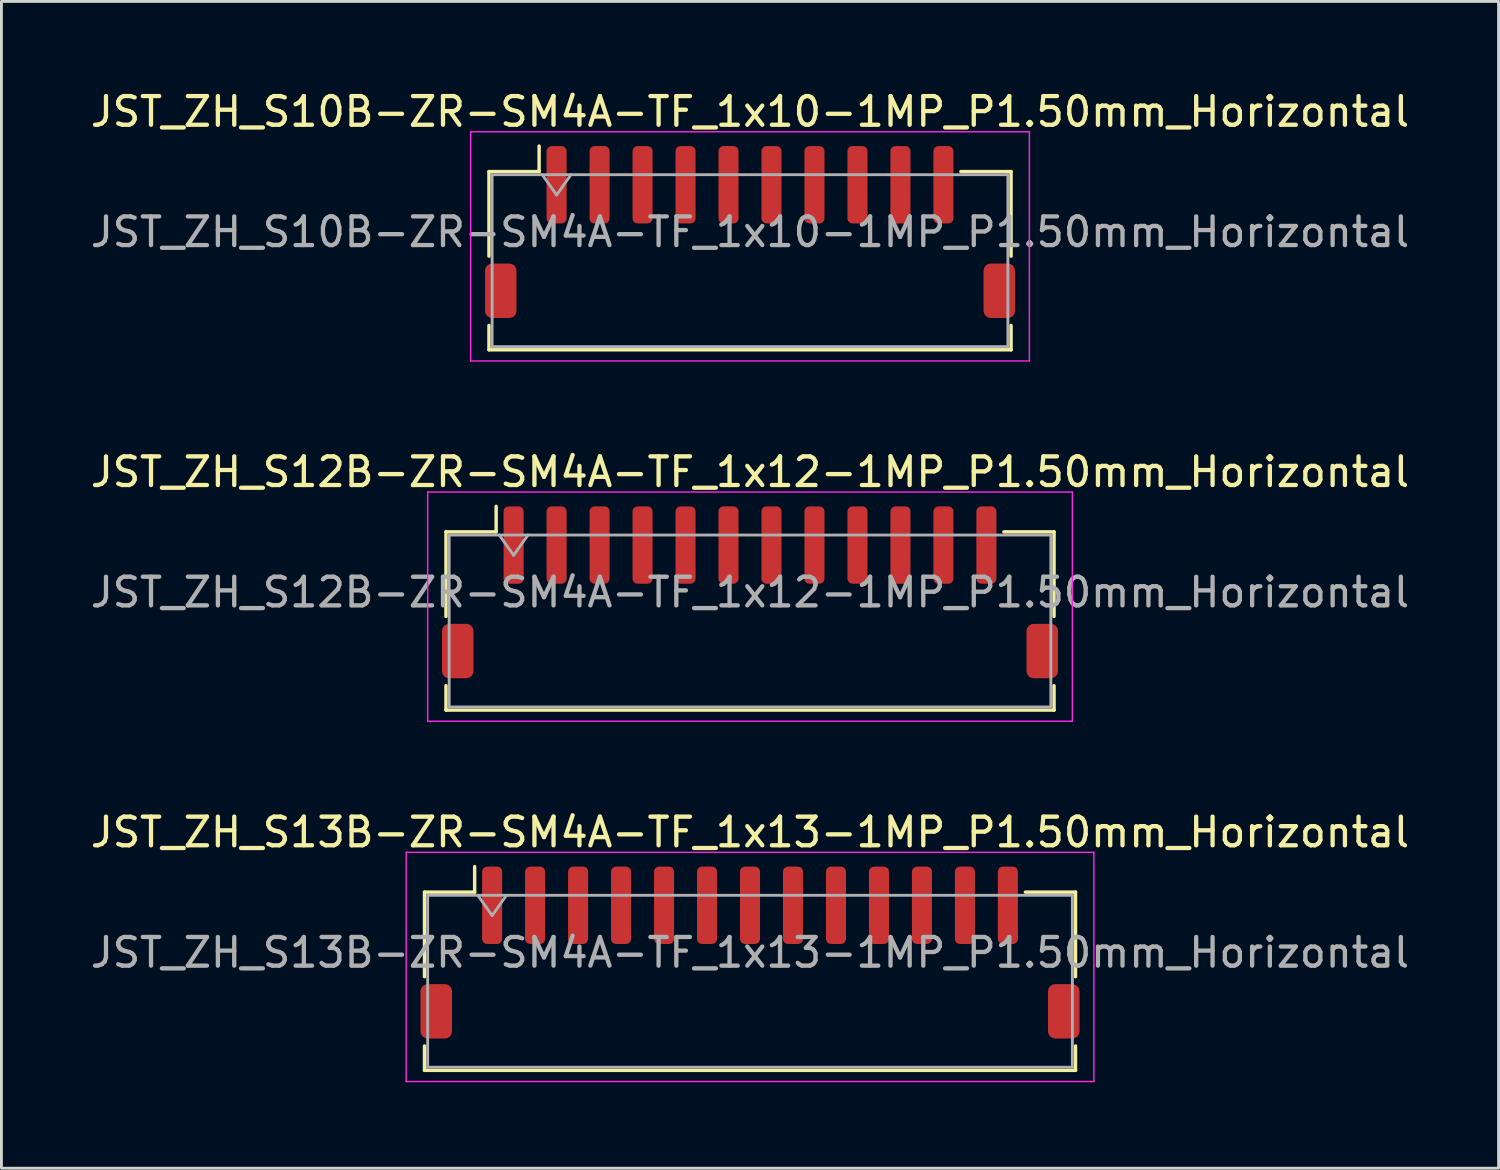
<source format=kicad_pcb>
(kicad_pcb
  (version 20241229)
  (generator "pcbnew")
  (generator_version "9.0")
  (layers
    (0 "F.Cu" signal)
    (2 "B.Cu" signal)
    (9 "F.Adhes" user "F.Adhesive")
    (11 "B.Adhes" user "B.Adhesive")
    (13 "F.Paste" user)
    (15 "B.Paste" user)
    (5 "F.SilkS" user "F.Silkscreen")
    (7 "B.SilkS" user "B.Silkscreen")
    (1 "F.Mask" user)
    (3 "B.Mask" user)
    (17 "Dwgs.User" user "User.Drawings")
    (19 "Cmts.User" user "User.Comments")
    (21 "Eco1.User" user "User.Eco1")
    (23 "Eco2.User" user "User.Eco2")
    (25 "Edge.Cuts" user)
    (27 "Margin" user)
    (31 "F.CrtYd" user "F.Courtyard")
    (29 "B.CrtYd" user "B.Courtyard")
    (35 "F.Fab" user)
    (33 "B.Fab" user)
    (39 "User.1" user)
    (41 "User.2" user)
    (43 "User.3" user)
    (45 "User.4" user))
  (footprint "JST_ZH_S10B-ZR-SM4A-TF_1x10-1MP_P1.50mm_Horizontal"
    (layer "F.Cu")
    (at 23.125 5.048)
    (property "Reference" "JST_ZH_S10B-ZR-SM4A-TF_1x10-1MP_P1.50mm_Horizontal" (at 0 -4.2 0) (layer "F.SilkS") (effects (font (size 1 1) (thickness 0.15))))
    (attr smd)
    (fp_line (start -9.11 -2.11) (end -7.36 -2.11) (stroke (width 0.12) (type solid)) (layer "F.SilkS"))
    (fp_line (start -9.11 0.84) (end -9.11 -2.11) (stroke (width 0.12) (type solid)) (layer "F.SilkS"))
    (fp_line (start -9.11 3.26) (end -9.11 4.11) (stroke (width 0.12) (type solid)) (layer "F.SilkS"))
    (fp_line (start -9.11 4.11) (end 9.11 4.11) (stroke (width 0.12) (type solid)) (layer "F.SilkS"))
    (fp_line (start -7.36 -2.11) (end -7.36 -3) (stroke (width 0.12) (type solid)) (layer "F.SilkS"))
    (fp_line (start 9.11 -2.11) (end 7.36 -2.11) (stroke (width 0.12) (type solid)) (layer "F.SilkS"))
    (fp_line (start 9.11 0.84) (end 9.11 -2.11) (stroke (width 0.12) (type solid)) (layer "F.SilkS"))
    (fp_line (start 9.11 4.11) (end 9.11 3.26) (stroke (width 0.12) (type solid)) (layer "F.SilkS"))
    (fp_line (start -9.75 -3.5) (end -9.75 4.5) (stroke (width 0.05) (type solid)) (layer "F.CrtYd"))
    (fp_line (start -9.75 4.5) (end 9.75 4.5) (stroke (width 0.05) (type solid)) (layer "F.CrtYd"))
    (fp_line (start 9.75 -3.5) (end -9.75 -3.5) (stroke (width 0.05) (type solid)) (layer "F.CrtYd"))
    (fp_line (start 9.75 4.5) (end 9.75 -3.5) (stroke (width 0.05) (type solid)) (layer "F.CrtYd"))
    (fp_line (start -9 -2) (end -9 4) (stroke (width 0.1) (type solid)) (layer "F.Fab"))
    (fp_line (start -9 -2) (end 9 -2) (stroke (width 0.1) (type solid)) (layer "F.Fab"))
    (fp_line (start -9 4) (end 9 4) (stroke (width 0.1) (type solid)) (layer "F.Fab"))
    (fp_line (start -7.25 -2) (end -6.75 -1.293) (stroke (width 0.1) (type solid)) (layer "F.Fab"))
    (fp_line (start -6.75 -1.293) (end -6.25 -2) (stroke (width 0.1) (type solid)) (layer "F.Fab"))
    (fp_line (start 9 -2) (end 9 4) (stroke (width 0.1) (type solid)) (layer "F.Fab"))
    (fp_text user "${REFERENCE}" (at 0 0 0) (layer "F.Fab") (effects (font (size 1 1) (thickness 0.15))))
    (pad "1" smd roundrect (at -6.75 -1.65) (size 0.7 2.7) (layers "F.Cu" "F.Mask" "F.Paste") (roundrect_rratio 0.25))
    (pad "2" smd roundrect (at -5.25 -1.65) (size 0.7 2.7) (layers "F.Cu" "F.Mask" "F.Paste") (roundrect_rratio 0.25))
    (pad "3" smd roundrect (at -3.75 -1.65) (size 0.7 2.7) (layers "F.Cu" "F.Mask" "F.Paste") (roundrect_rratio 0.25))
    (pad "4" smd roundrect (at -2.25 -1.65) (size 0.7 2.7) (layers "F.Cu" "F.Mask" "F.Paste") (roundrect_rratio 0.25))
    (pad "5" smd roundrect (at -0.75 -1.65) (size 0.7 2.7) (layers "F.Cu" "F.Mask" "F.Paste") (roundrect_rratio 0.25))
    (pad "6" smd roundrect (at 0.75 -1.65) (size 0.7 2.7) (layers "F.Cu" "F.Mask" "F.Paste") (roundrect_rratio 0.25))
    (pad "7" smd roundrect (at 2.25 -1.65) (size 0.7 2.7) (layers "F.Cu" "F.Mask" "F.Paste") (roundrect_rratio 0.25))
    (pad "8" smd roundrect (at 3.75 -1.65) (size 0.7 2.7) (layers "F.Cu" "F.Mask" "F.Paste") (roundrect_rratio 0.25))
    (pad "9" smd roundrect (at 5.25 -1.65) (size 0.7 2.7) (layers "F.Cu" "F.Mask" "F.Paste") (roundrect_rratio 0.25))
    (pad "10" smd roundrect (at 6.75 -1.65) (size 0.7 2.7) (layers "F.Cu" "F.Mask" "F.Paste") (roundrect_rratio 0.25))
    (pad "MP" smd roundrect (at -8.7 2.05) (size 1.1 1.9) (layers "F.Cu" "F.Mask" "F.Paste") (roundrect_rratio 0.227))
    (pad "MP" smd roundrect (at 8.7 2.05) (size 1.1 1.9) (layers "F.Cu" "F.Mask" "F.Paste") (roundrect_rratio 0.227)))
  (footprint "JST_ZH_S13B-ZR-SM4A-TF_1x13-1MP_P1.50mm_Horizontal"
    (layer "F.Cu")
    (at 23.125 30.195)
    (property "Reference" "JST_ZH_S13B-ZR-SM4A-TF_1x13-1MP_P1.50mm_Horizontal" (at 0 -4.2 0) (layer "F.SilkS") (effects (font (size 1 1) (thickness 0.15))))
    (attr smd)
    (fp_line (start -11.36 -2.11) (end -9.61 -2.11) (stroke (width 0.12) (type solid)) (layer "F.SilkS"))
    (fp_line (start -11.36 0.84) (end -11.36 -2.11) (stroke (width 0.12) (type solid)) (layer "F.SilkS"))
    (fp_line (start -11.36 3.26) (end -11.36 4.11) (stroke (width 0.12) (type solid)) (layer "F.SilkS"))
    (fp_line (start -11.36 4.11) (end 11.36 4.11) (stroke (width 0.12) (type solid)) (layer "F.SilkS"))
    (fp_line (start -9.61 -2.11) (end -9.61 -3) (stroke (width 0.12) (type solid)) (layer "F.SilkS"))
    (fp_line (start 11.36 -2.11) (end 9.61 -2.11) (stroke (width 0.12) (type solid)) (layer "F.SilkS"))
    (fp_line (start 11.36 0.84) (end 11.36 -2.11) (stroke (width 0.12) (type solid)) (layer "F.SilkS"))
    (fp_line (start 11.36 4.11) (end 11.36 3.26) (stroke (width 0.12) (type solid)) (layer "F.SilkS"))
    (fp_line (start -12 -3.5) (end -12 4.5) (stroke (width 0.05) (type solid)) (layer "F.CrtYd"))
    (fp_line (start -12 4.5) (end 12 4.5) (stroke (width 0.05) (type solid)) (layer "F.CrtYd"))
    (fp_line (start 12 -3.5) (end -12 -3.5) (stroke (width 0.05) (type solid)) (layer "F.CrtYd"))
    (fp_line (start 12 4.5) (end 12 -3.5) (stroke (width 0.05) (type solid)) (layer "F.CrtYd"))
    (fp_line (start -11.25 -2) (end -11.25 4) (stroke (width 0.1) (type solid)) (layer "F.Fab"))
    (fp_line (start -11.25 -2) (end 11.25 -2) (stroke (width 0.1) (type solid)) (layer "F.Fab"))
    (fp_line (start -11.25 4) (end 11.25 4) (stroke (width 0.1) (type solid)) (layer "F.Fab"))
    (fp_line (start -9.5 -2) (end -9 -1.293) (stroke (width 0.1) (type solid)) (layer "F.Fab"))
    (fp_line (start -9 -1.293) (end -8.5 -2) (stroke (width 0.1) (type solid)) (layer "F.Fab"))
    (fp_line (start 11.25 -2) (end 11.25 4) (stroke (width 0.1) (type solid)) (layer "F.Fab"))
    (fp_text user "${REFERENCE}" (at 0 0 0) (layer "F.Fab") (effects (font (size 1 1) (thickness 0.15))))
    (pad "1" smd roundrect (at -9 -1.65) (size 0.7 2.7) (layers "F.Cu" "F.Mask" "F.Paste") (roundrect_rratio 0.25))
    (pad "2" smd roundrect (at -7.5 -1.65) (size 0.7 2.7) (layers "F.Cu" "F.Mask" "F.Paste") (roundrect_rratio 0.25))
    (pad "3" smd roundrect (at -6 -1.65) (size 0.7 2.7) (layers "F.Cu" "F.Mask" "F.Paste") (roundrect_rratio 0.25))
    (pad "4" smd roundrect (at -4.5 -1.65) (size 0.7 2.7) (layers "F.Cu" "F.Mask" "F.Paste") (roundrect_rratio 0.25))
    (pad "5" smd roundrect (at -3 -1.65) (size 0.7 2.7) (layers "F.Cu" "F.Mask" "F.Paste") (roundrect_rratio 0.25))
    (pad "6" smd roundrect (at -1.5 -1.65) (size 0.7 2.7) (layers "F.Cu" "F.Mask" "F.Paste") (roundrect_rratio 0.25))
    (pad "7" smd roundrect (at 0 -1.65) (size 0.7 2.7) (layers "F.Cu" "F.Mask" "F.Paste") (roundrect_rratio 0.25))
    (pad "8" smd roundrect (at 1.5 -1.65) (size 0.7 2.7) (layers "F.Cu" "F.Mask" "F.Paste") (roundrect_rratio 0.25))
    (pad "9" smd roundrect (at 3 -1.65) (size 0.7 2.7) (layers "F.Cu" "F.Mask" "F.Paste") (roundrect_rratio 0.25))
    (pad "10" smd roundrect (at 4.5 -1.65) (size 0.7 2.7) (layers "F.Cu" "F.Mask" "F.Paste") (roundrect_rratio 0.25))
    (pad "11" smd roundrect (at 6 -1.65) (size 0.7 2.7) (layers "F.Cu" "F.Mask" "F.Paste") (roundrect_rratio 0.25))
    (pad "12" smd roundrect (at 7.5 -1.65) (size 0.7 2.7) (layers "F.Cu" "F.Mask" "F.Paste") (roundrect_rratio 0.25))
    (pad "13" smd roundrect (at 9 -1.65) (size 0.7 2.7) (layers "F.Cu" "F.Mask" "F.Paste") (roundrect_rratio 0.25))
    (pad "MP" smd roundrect (at -10.95 2.05) (size 1.1 1.9) (layers "F.Cu" "F.Mask" "F.Paste") (roundrect_rratio 0.227))
    (pad "MP" smd roundrect (at 10.95 2.05) (size 1.1 1.9) (layers "F.Cu" "F.Mask" "F.Paste") (roundrect_rratio 0.227)))
  (footprint "JST_ZH_S12B-ZR-SM4A-TF_1x12-1MP_P1.50mm_Horizontal"
    (layer "F.Cu")
    (at 23.125 17.622)
    (property "Reference" "JST_ZH_S12B-ZR-SM4A-TF_1x12-1MP_P1.50mm_Horizontal" (at 0 -4.2 0) (layer "F.SilkS") (effects (font (size 1 1) (thickness 0.15))))
    (attr smd)
    (fp_line (start -10.61 -2.11) (end -8.86 -2.11) (stroke (width 0.12) (type solid)) (layer "F.SilkS"))
    (fp_line (start -10.61 0.84) (end -10.61 -2.11) (stroke (width 0.12) (type solid)) (layer "F.SilkS"))
    (fp_line (start -10.61 3.26) (end -10.61 4.11) (stroke (width 0.12) (type solid)) (layer "F.SilkS"))
    (fp_line (start -10.61 4.11) (end 10.61 4.11) (stroke (width 0.12) (type solid)) (layer "F.SilkS"))
    (fp_line (start -8.86 -2.11) (end -8.86 -3) (stroke (width 0.12) (type solid)) (layer "F.SilkS"))
    (fp_line (start 10.61 -2.11) (end 8.86 -2.11) (stroke (width 0.12) (type solid)) (layer "F.SilkS"))
    (fp_line (start 10.61 0.84) (end 10.61 -2.11) (stroke (width 0.12) (type solid)) (layer "F.SilkS"))
    (fp_line (start 10.61 4.11) (end 10.61 3.26) (stroke (width 0.12) (type solid)) (layer "F.SilkS"))
    (fp_line (start -11.25 -3.5) (end -11.25 4.5) (stroke (width 0.05) (type solid)) (layer "F.CrtYd"))
    (fp_line (start -11.25 4.5) (end 11.25 4.5) (stroke (width 0.05) (type solid)) (layer "F.CrtYd"))
    (fp_line (start 11.25 -3.5) (end -11.25 -3.5) (stroke (width 0.05) (type solid)) (layer "F.CrtYd"))
    (fp_line (start 11.25 4.5) (end 11.25 -3.5) (stroke (width 0.05) (type solid)) (layer "F.CrtYd"))
    (fp_line (start -10.5 -2) (end -10.5 4) (stroke (width 0.1) (type solid)) (layer "F.Fab"))
    (fp_line (start -10.5 -2) (end 10.5 -2) (stroke (width 0.1) (type solid)) (layer "F.Fab"))
    (fp_line (start -10.5 4) (end 10.5 4) (stroke (width 0.1) (type solid)) (layer "F.Fab"))
    (fp_line (start -8.75 -2) (end -8.25 -1.293) (stroke (width 0.1) (type solid)) (layer "F.Fab"))
    (fp_line (start -8.25 -1.293) (end -7.75 -2) (stroke (width 0.1) (type solid)) (layer "F.Fab"))
    (fp_line (start 10.5 -2) (end 10.5 4) (stroke (width 0.1) (type solid)) (layer "F.Fab"))
    (fp_text user "${REFERENCE}" (at 0 0 0) (layer "F.Fab") (effects (font (size 1 1) (thickness 0.15))))
    (pad "1" smd roundrect (at -8.25 -1.65) (size 0.7 2.7) (layers "F.Cu" "F.Mask" "F.Paste") (roundrect_rratio 0.25))
    (pad "2" smd roundrect (at -6.75 -1.65) (size 0.7 2.7) (layers "F.Cu" "F.Mask" "F.Paste") (roundrect_rratio 0.25))
    (pad "3" smd roundrect (at -5.25 -1.65) (size 0.7 2.7) (layers "F.Cu" "F.Mask" "F.Paste") (roundrect_rratio 0.25))
    (pad "4" smd roundrect (at -3.75 -1.65) (size 0.7 2.7) (layers "F.Cu" "F.Mask" "F.Paste") (roundrect_rratio 0.25))
    (pad "5" smd roundrect (at -2.25 -1.65) (size 0.7 2.7) (layers "F.Cu" "F.Mask" "F.Paste") (roundrect_rratio 0.25))
    (pad "6" smd roundrect (at -0.75 -1.65) (size 0.7 2.7) (layers "F.Cu" "F.Mask" "F.Paste") (roundrect_rratio 0.25))
    (pad "7" smd roundrect (at 0.75 -1.65) (size 0.7 2.7) (layers "F.Cu" "F.Mask" "F.Paste") (roundrect_rratio 0.25))
    (pad "8" smd roundrect (at 2.25 -1.65) (size 0.7 2.7) (layers "F.Cu" "F.Mask" "F.Paste") (roundrect_rratio 0.25))
    (pad "9" smd roundrect (at 3.75 -1.65) (size 0.7 2.7) (layers "F.Cu" "F.Mask" "F.Paste") (roundrect_rratio 0.25))
    (pad "10" smd roundrect (at 5.25 -1.65) (size 0.7 2.7) (layers "F.Cu" "F.Mask" "F.Paste") (roundrect_rratio 0.25))
    (pad "11" smd roundrect (at 6.75 -1.65) (size 0.7 2.7) (layers "F.Cu" "F.Mask" "F.Paste") (roundrect_rratio 0.25))
    (pad "12" smd roundrect (at 8.25 -1.65) (size 0.7 2.7) (layers "F.Cu" "F.Mask" "F.Paste") (roundrect_rratio 0.25))
    (pad "MP" smd roundrect (at -10.2 2.05) (size 1.1 1.9) (layers "F.Cu" "F.Mask" "F.Paste") (roundrect_rratio 0.227))
    (pad "MP" smd roundrect (at 10.2 2.05) (size 1.1 1.9) (layers "F.Cu" "F.Mask" "F.Paste") (roundrect_rratio 0.227)))
  (gr_rect
    (start -3 -3)
    (end 49.25 37.72)
    (stroke (width 0.1) (type default))
    (fill no)
    (layer "Edge.Cuts")))
</source>
